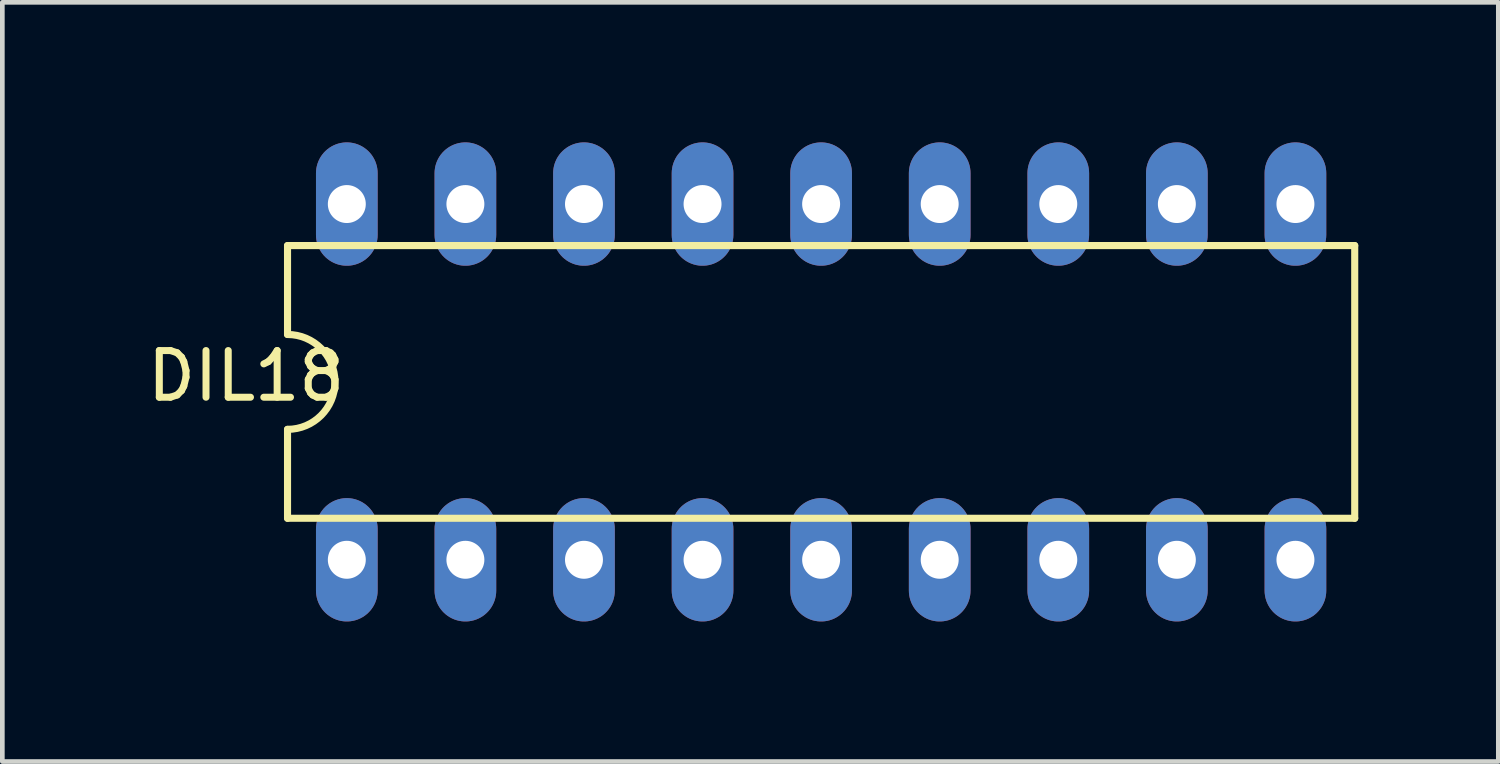
<source format=kicad_pcb>
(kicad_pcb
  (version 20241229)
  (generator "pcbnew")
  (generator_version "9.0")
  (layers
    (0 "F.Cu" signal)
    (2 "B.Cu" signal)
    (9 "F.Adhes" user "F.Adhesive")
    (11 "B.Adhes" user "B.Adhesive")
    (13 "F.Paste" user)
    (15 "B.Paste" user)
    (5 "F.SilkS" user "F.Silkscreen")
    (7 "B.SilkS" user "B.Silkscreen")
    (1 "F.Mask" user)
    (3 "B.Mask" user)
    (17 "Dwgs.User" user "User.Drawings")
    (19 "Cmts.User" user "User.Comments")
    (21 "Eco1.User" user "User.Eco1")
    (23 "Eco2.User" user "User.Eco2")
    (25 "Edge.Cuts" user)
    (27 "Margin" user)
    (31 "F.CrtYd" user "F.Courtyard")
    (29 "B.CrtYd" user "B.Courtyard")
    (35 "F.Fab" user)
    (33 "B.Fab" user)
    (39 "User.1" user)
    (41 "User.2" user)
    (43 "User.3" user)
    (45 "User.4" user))
  (footprint "DIL18"
    (layer "F.Cu")
    (at 14.539 5.131)
    (property "Reference" "DIL18" (at -12.319 -0.127 180) (layer "F.SilkS") (effects (font (size 1 1) (thickness 0.15))))
    (attr through_hole)
    (fp_line (start -11.43 -2.921) (end -11.43 -1.016) (stroke (width 0.152) (type solid)) (layer "F.SilkS"))
    (fp_line (start -11.43 2.921) (end -11.43 1.016) (stroke (width 0.152) (type solid)) (layer "F.SilkS"))
    (fp_line (start -11.43 2.921) (end 11.43 2.921) (stroke (width 0.152) (type solid)) (layer "F.SilkS"))
    (fp_line (start 11.43 -2.921) (end -11.43 -2.921) (stroke (width 0.152) (type solid)) (layer "F.SilkS"))
    (fp_line (start 11.43 -2.921) (end 11.43 2.921) (stroke (width 0.152) (type solid)) (layer "F.SilkS"))
    (fp_arc (start -11.43 -1.016) (mid -10.414 0) (end -11.43 1.016) (stroke (width 0.1524) (type solid)) (layer "F.SilkS"))
    (pad "1" thru_hole oval (at -10.16 3.81) (size 1.321 2.642) (drill 0.813) (layers "*.Cu" "*.Mask"))
    (pad "2" thru_hole oval (at -7.62 3.81) (size 1.321 2.642) (drill 0.813) (layers "*.Cu" "*.Mask"))
    (pad "3" thru_hole oval (at -5.08 3.81) (size 1.321 2.642) (drill 0.813) (layers "*.Cu" "*.Mask"))
    (pad "4" thru_hole oval (at -2.54 3.81) (size 1.321 2.642) (drill 0.813) (layers "*.Cu" "*.Mask"))
    (pad "5" thru_hole oval (at 0 3.81) (size 1.321 2.642) (drill 0.813) (layers "*.Cu" "*.Mask"))
    (pad "6" thru_hole oval (at 2.54 3.81) (size 1.321 2.642) (drill 0.813) (layers "*.Cu" "*.Mask"))
    (pad "7" thru_hole oval (at 5.08 3.81) (size 1.321 2.642) (drill 0.813) (layers "*.Cu" "*.Mask"))
    (pad "8" thru_hole oval (at 7.62 3.81) (size 1.321 2.642) (drill 0.813) (layers "*.Cu" "*.Mask"))
    (pad "9" thru_hole oval (at 10.16 3.81) (size 1.321 2.642) (drill 0.813) (layers "*.Cu" "*.Mask"))
    (pad "10" thru_hole oval (at 10.16 -3.81) (size 1.321 2.642) (drill 0.813) (layers "*.Cu" "*.Mask"))
    (pad "11" thru_hole oval (at 7.62 -3.81) (size 1.321 2.642) (drill 0.813) (layers "*.Cu" "*.Mask"))
    (pad "12" thru_hole oval (at 5.08 -3.81) (size 1.321 2.642) (drill 0.813) (layers "*.Cu" "*.Mask"))
    (pad "13" thru_hole oval (at 2.54 -3.81) (size 1.321 2.642) (drill 0.813) (layers "*.Cu" "*.Mask"))
    (pad "14" thru_hole oval (at 0 -3.81) (size 1.321 2.642) (drill 0.813) (layers "*.Cu" "*.Mask"))
    (pad "15" thru_hole oval (at -2.54 -3.81) (size 1.321 2.642) (drill 0.813) (layers "*.Cu" "*.Mask"))
    (pad "16" thru_hole oval (at -5.08 -3.81) (size 1.321 2.642) (drill 0.813) (layers "*.Cu" "*.Mask"))
    (pad "17" thru_hole oval (at -7.62 -3.81) (size 1.321 2.642) (drill 0.813) (layers "*.Cu" "*.Mask"))
    (pad "18" thru_hole oval (at -10.16 -3.81) (size 1.321 2.642) (drill 0.813) (layers "*.Cu" "*.Mask")))
  (gr_rect
    (start -3 -3)
    (end 29.045 13.262)
    (stroke (width 0.1) (type default))
    (fill no)
    (layer "Edge.Cuts")))
</source>
